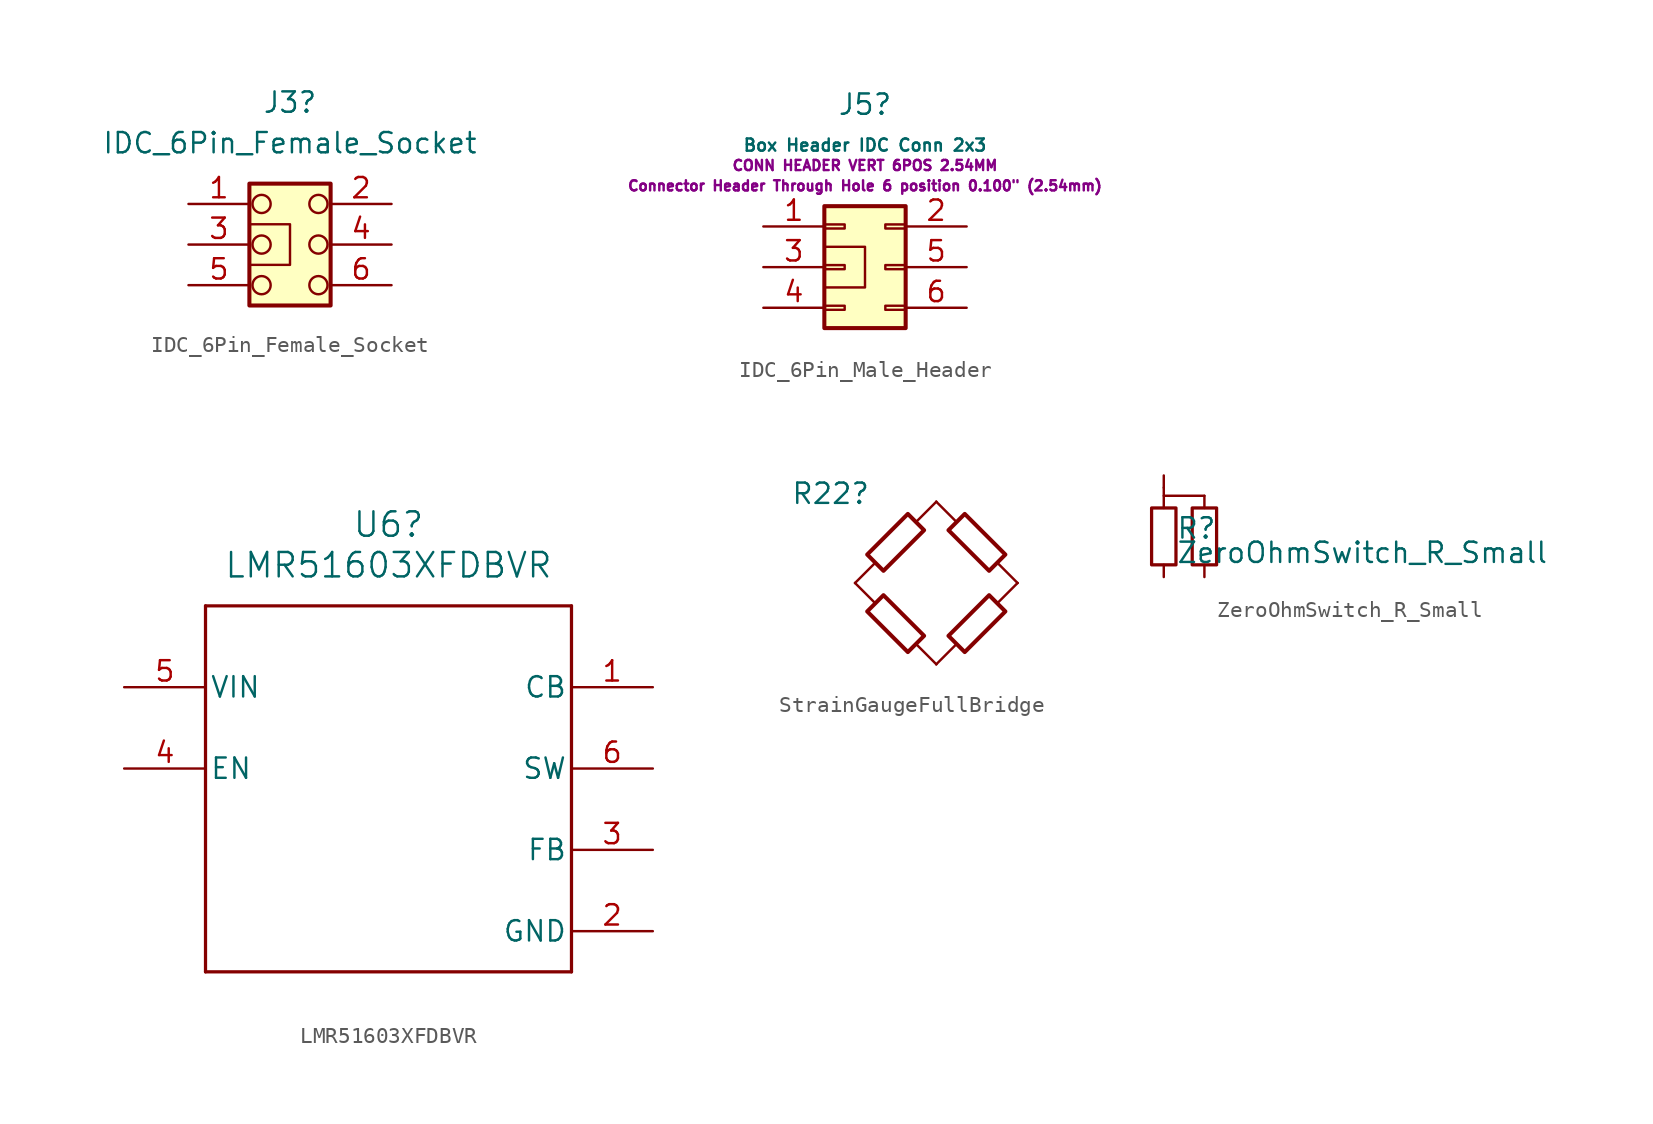
<source format=kicad_sym>
(kicad_symbol_lib
  (version 20241209)
  (generator "kicad_symbol_editor")
  (generator_version "9.0")
  (symbol "IDC_6Pin_Female_Socket"
    (pin_names
      (offset 1.016)
      (hide yes))
    (property "Reference" "J3"
      (at 1.27 8.89 0)
      (effects (font (size 1.27 1.27))))
    (property "Value" "IDC_6Pin_Female_Socket"
      (at 1.27 6.35 0)
      (effects (font (size 1.27 1.27))))
    (symbol "IDC_6Pin_Female_Socket_0_1"
      (rectangle (start -1.27 1.27) (end 1.27 -1.27) (stroke (width 0) (type default)) (fill (type none)))
      (circle (center -0.508 2.54) (radius 0.568) (stroke (width 0) (type default)) (fill (type none)))
      (circle (center -0.508 0) (radius 0.568) (stroke (width 0) (type default)) (fill (type none)))
      (circle (center -0.508 -2.54) (radius 0.568) (stroke (width 0) (type default)) (fill (type none)))
      (circle (center 3.048 2.54) (radius 0.568) (stroke (width 0) (type default)) (fill (type none)))
      (circle (center 3.048 0) (radius 0.568) (stroke (width 0) (type default)) (fill (type none)))
      (circle (center 3.048 -2.54) (radius 0.568) (stroke (width 0) (type default)) (fill (type none))))
    (symbol "IDC_6Pin_Female_Socket_1_1"
      (rectangle (start -1.27 3.81) (end 3.81 -3.81) (stroke (width 0.254) (type default)) (fill (type background)))
      (pin passive line (at -5.08 2.54 0) (length 3.81) (name "Pin_1" (effects (font (size 1.27 1.27)))) (number "1" (effects (font (size 1.27 1.27)))))
      (pin passive line (at -5.08 0 0) (length 3.81) (name "Pin_3" (effects (font (size 1.27 1.27)))) (number "3" (effects (font (size 1.27 1.27)))))
      (pin passive line (at -5.08 -2.54 0) (length 3.81) (name "Pin_5" (effects (font (size 1.27 1.27)))) (number "5" (effects (font (size 1.27 1.27)))))
      (pin passive line (at 7.62 2.54 180) (length 3.81) (name "Pin_2" (effects (font (size 1.27 1.27)))) (number "2" (effects (font (size 1.27 1.27)))))
      (pin passive line (at 7.62 0 180) (length 3.81) (name "Pin_4" (effects (font (size 1.27 1.27)))) (number "4" (effects (font (size 1.27 1.27)))))
      (pin passive line (at 7.62 -2.54 180) (length 3.81) (name "Pin_6" (effects (font (size 1.27 1.27)))) (number "6" (effects (font (size 1.27 1.27)))))))
  (symbol "IDC_6Pin_Male_Header"
    (pin_names
      (offset 1.016)
      (hide yes))
    (property "Reference" "J5"
      (at 1.27 10.16 0)
      (effects (font (size 1.27 1.27))))
    (property "Value" "Box Header IDC Conn 2x3"
      (at 1.27 7.62 0)
      (effects (font (size 0.762 0.762))))
    (property "Description" "CONN HEADER VERT 6POS 2.54MM"
      (at 1.27 6.35 0)
      (effects (font (size 0.635 0.635))))
    (property "Detailed Description" "Connector Header Through Hole 6 position 0.100\" (2.54mm)"
      (at 1.27 5.08 0)
      (effects (font (size 0.635 0.635))))
    (symbol "IDC_6Pin_Male_Header_0_1"
      (rectangle (start -1.27 1.27) (end 1.27 -1.27) (stroke (width 0) (type default)) (fill (type none))))
    (symbol "IDC_6Pin_Male_Header_1_1"
      (rectangle (start -1.27 3.81) (end 3.81 -3.81) (stroke (width 0.254) (type default)) (fill (type background)))
      (rectangle (start -1.27 2.667) (end 0 2.413) (stroke (width 0.152) (type default)) (fill (type none)))
      (rectangle (start -1.27 0.127) (end 0 -0.127) (stroke (width 0.152) (type default)) (fill (type none)))
      (rectangle (start -1.27 -2.413) (end 0 -2.667) (stroke (width 0.152) (type default)) (fill (type none)))
      (rectangle (start 3.81 2.667) (end 2.54 2.413) (stroke (width 0.152) (type default)) (fill (type none)))
      (rectangle (start 3.81 0.127) (end 2.54 -0.127) (stroke (width 0.152) (type default)) (fill (type none)))
      (rectangle (start 3.81 -2.413) (end 2.54 -2.667) (stroke (width 0.152) (type default)) (fill (type none)))
      (pin passive line (at -5.08 2.54 0) (length 3.81) (name "Pin_1" (effects (font (size 1.27 1.27)))) (number "1" (effects (font (size 1.27 1.27)))))
      (pin passive line (at -5.08 0 0) (length 3.81) (name "Pin_3" (effects (font (size 1.27 1.27)))) (number "3" (effects (font (size 1.27 1.27)))))
      (pin passive line (at -5.08 -2.54 0) (length 3.81) (name "Pin_4" (effects (font (size 1.27 1.27)))) (number "4" (effects (font (size 1.27 1.27)))))
      (pin passive line (at 7.62 2.54 180) (length 3.81) (name "Pin_2" (effects (font (size 1.27 1.27)))) (number "2" (effects (font (size 1.27 1.27)))))
      (pin passive line (at 7.62 0 180) (length 3.81) (name "Pin_5" (effects (font (size 1.27 1.27)))) (number "5" (effects (font (size 1.27 1.27)))))
      (pin passive line (at 7.62 -2.54 180) (length 3.81) (name "Pin_6" (effects (font (size 1.27 1.27)))) (number "6" (effects (font (size 1.27 1.27)))))))
  (symbol "LMR51603XFDBVR"
    (pin_names
      (offset 0.254))
    (property "Reference" "U6"
      (at 16.51 10.16 0)
      (effects (font (size 1.524 1.524))))
    (property "Value" "LMR51603XFDBVR"
      (at 16.51 7.62 0)
      (effects (font (size 1.524 1.524))))
    (property "Distributor Part Number" ""
      (at 0 0 0)
      (effects (font (size 1.27 1.27))))
    (property "ki_locked" ""
      (at 0 0 0)
      (effects (font (size 1.27 1.27))))
    (symbol "LMR51603XFDBVR_0_1"
      (polyline (pts (xy 5.08 5.08) (xy 5.08 -17.78)) (stroke (width 0.203) (type default)) (fill (type none)))
      (polyline (pts (xy 5.08 -17.78) (xy 27.94 -17.78)) (stroke (width 0.203) (type default)) (fill (type none)))
      (polyline (pts (xy 27.94 5.08) (xy 5.08 5.08)) (stroke (width 0.203) (type default)) (fill (type none)))
      (polyline (pts (xy 27.94 -17.78) (xy 27.94 5.08)) (stroke (width 0.203) (type default)) (fill (type none)))
      (pin power_in line (at 0 0 0) (length 5.08) (name "VIN" (effects (font (size 1.27 1.27)))) (number "5" (effects (font (size 1.27 1.27)))))
      (pin input line (at 0 -5.08 0) (length 5.08) (name "EN" (effects (font (size 1.27 1.27)))) (number "4" (effects (font (size 1.27 1.27)))))
      (pin unspecified line (at 33.02 0 180) (length 5.08) (name "CB" (effects (font (size 1.27 1.27)))) (number "1" (effects (font (size 1.27 1.27)))))
      (pin unspecified line (at 33.02 -5.08 180) (length 5.08) (name "SW" (effects (font (size 1.27 1.27)))) (number "6" (effects (font (size 1.27 1.27)))))
      (pin unspecified line (at 33.02 -10.16 180) (length 5.08) (name "FB" (effects (font (size 1.27 1.27)))) (number "3" (effects (font (size 1.27 1.27)))))
      (pin power_in line (at 33.02 -15.24 180) (length 5.08) (name "GND" (effects (font (size 1.27 1.27)))) (number "2" (effects (font (size 1.27 1.27)))))))
  (symbol "StrainGaugeFullBridge"
    (pin_numbers
      (hide yes))
    (pin_names
      (offset 0))
    (property "Reference" "R22"
      (at -6.604 5.588 0)
      (effects (font (size 1.27 1.27))))
    (property "Availability" ""
      (at 0 0 0)
      (effects (font (size 1.27 1.27))))
    (property "Check_prices" ""
      (at 0 0 0)
      (effects (font (size 1.27 1.27))))
    (property "Description_1" ""
      (at 0 0 0)
      (effects (font (size 1.27 1.27))))
    (property "MF" ""
      (at 0 0 0)
      (effects (font (size 1.27 1.27))))
    (property "MP" ""
      (at 0 0 0)
      (effects (font (size 1.27 1.27))))
    (property "PARTREV" ""
      (at 0 0 0)
      (effects (font (size 1.27 1.27))))
    (property "Package" ""
      (at 0 0 0)
      (effects (font (size 1.27 1.27))))
    (property "Price" ""
      (at 0 0 0)
      (effects (font (size 1.27 1.27))))
    (property "SNAPEDA_PACKAGE_ID" ""
      (at 0 0 0)
      (effects (font (size 1.27 1.27))))
    (property "STANDARD" ""
      (at 0 0 0)
      (effects (font (size 1.27 1.27))))
    (property "SnapEDA_Link" ""
      (at 0 0 0)
      (effects (font (size 1.27 1.27))))
    (symbol "StrainGaugeFullBridge_0_1"
      (polyline (pts (xy -5.08 0) (xy -3.81 1.27)) (stroke (width 0) (type default)) (fill (type none)))
      (polyline (pts (xy -5.08 0) (xy -3.81 -1.27)) (stroke (width 0) (type default)) (fill (type none)))
      (polyline (pts (xy -1.27 3.81) (xy 0 5.08)) (stroke (width 0) (type default)) (fill (type none)))
      (polyline (pts (xy -1.27 -3.81) (xy 0 -5.08)) (stroke (width 0) (type default)) (fill (type none)))
      (polyline (pts (xy 0 5.08) (xy 1.27 3.81)) (stroke (width 0) (type default)) (fill (type none)))
      (polyline (pts (xy 0 -5.08) (xy 1.27 -3.81)) (stroke (width 0) (type default)) (fill (type none)))
      (polyline (pts (xy 3.81 1.27) (xy 5.08 0)) (stroke (width 0) (type default)) (fill (type none)))
      (polyline (pts (xy 3.81 -1.27) (xy 5.08 0)) (stroke (width 0) (type default)) (fill (type none))))
    (symbol "StrainGaugeFullBridge_1_1"
      (polyline (pts (xy -4.318 -1.778) (xy -1.778 -4.318) (xy -0.762 -3.302) (xy -3.302 -0.762) (xy -4.318 -1.778)) (stroke (width 0.254) (type default)) (fill (type none)))
      (polyline (pts (xy -3.302 0.762) (xy -0.762 3.302) (xy -1.778 4.318) (xy -4.318 1.778) (xy -3.302 0.762)) (stroke (width 0.254) (type default)) (fill (type none)))
      (polyline (pts (xy 0.762 3.302) (xy 3.302 0.762) (xy 4.318 1.778) (xy 1.778 4.318) (xy 0.762 3.302)) (stroke (width 0.254) (type default)) (fill (type none)))
      (polyline (pts (xy 1.778 -4.318) (xy 4.318 -1.778) (xy 3.302 -0.762) (xy 0.762 -3.302) (xy 1.778 -4.318)) (stroke (width 0.254) (type default)) (fill (type none)))
      (pin passive line (at -5.08 0 0) (length 0) (name "~" (effects (font (size 1.27 1.27)))) (number "4" (effects (font (size 1.27 1.27)))))
      (pin passive line (at 0 5.08 0) (length 0) (name "~" (effects (font (size 1.27 1.27)))) (number "1" (effects (font (size 1.27 1.27)))))
      (pin passive line (at 0 -5.08 0) (length 0) (name "~" (effects (font (size 1.27 1.27)))) (number "3" (effects (font (size 1.27 1.27)))))
      (pin passive line (at 5.08 0 180) (length 0) (name "~" (effects (font (size 1.27 1.27)))) (number "2" (effects (font (size 1.27 1.27)))))))
  (symbol "ZeroOhmSwitch_R_Small"
    (pin_numbers
      (hide yes))
    (pin_names
      (offset 0.254)
      (hide yes))
    (property "Reference" "R"
      (at 0.762 0.508 0)
      (effects (font (size 1.27 1.27)) (justify left)))
    (property "Value" "ZeroOhmSwitch_R_Small"
      (at 0.762 -1.016 0)
      (effects (font (size 1.27 1.27)) (justify left)))
    (symbol "ZeroOhmSwitch_R_Small_0_1"
      (rectangle (start -0.762 1.778) (end 0.762 -1.778) (stroke (width 0.203) (type default)) (fill (type none)))
      (polyline (pts (xy 0 3.048) (xy 0 1.778)) (stroke (width 0) (type default)) (fill (type none)))
      (rectangle (start 1.778 1.778) (end 3.302 -1.778) (stroke (width 0.203) (type default)) (fill (type none)))
      (polyline (pts (xy 2.54 2.54) (xy 0 2.54)) (stroke (width 0) (type default)) (fill (type none)))
      (polyline (pts (xy 2.54 2.54) (xy 2.54 1.778)) (stroke (width 0) (type default)) (fill (type none))))
    (symbol "ZeroOhmSwitch_R_Small_1_1"
      (pin passive line (at 0 3.81 270) (length 0.762) (name "~" (effects (font (size 1.27 1.27)))) (number "1" (effects (font (size 1.27 1.27)))))
      (pin passive line (at 0 -2.54 90) (length 0.762) (name "~" (effects (font (size 1.27 1.27)))) (number "2" (effects (font (size 1.27 1.27)))))
      (pin passive line (at 2.54 -2.54 90) (length 0.762) (name "~" (effects (font (size 1.27 1.27)))) (number "3" (effects (font (size 1.27 1.27))))))))
</source>
